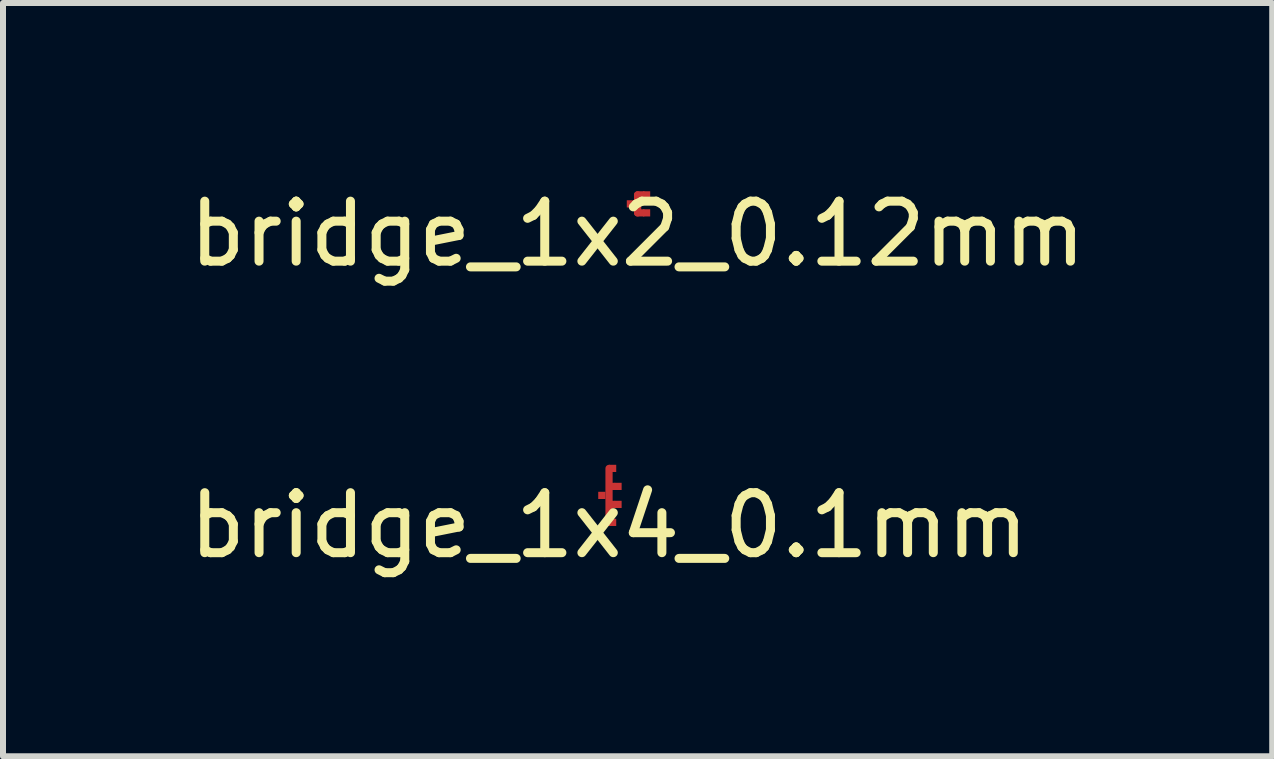
<source format=kicad_pcb>
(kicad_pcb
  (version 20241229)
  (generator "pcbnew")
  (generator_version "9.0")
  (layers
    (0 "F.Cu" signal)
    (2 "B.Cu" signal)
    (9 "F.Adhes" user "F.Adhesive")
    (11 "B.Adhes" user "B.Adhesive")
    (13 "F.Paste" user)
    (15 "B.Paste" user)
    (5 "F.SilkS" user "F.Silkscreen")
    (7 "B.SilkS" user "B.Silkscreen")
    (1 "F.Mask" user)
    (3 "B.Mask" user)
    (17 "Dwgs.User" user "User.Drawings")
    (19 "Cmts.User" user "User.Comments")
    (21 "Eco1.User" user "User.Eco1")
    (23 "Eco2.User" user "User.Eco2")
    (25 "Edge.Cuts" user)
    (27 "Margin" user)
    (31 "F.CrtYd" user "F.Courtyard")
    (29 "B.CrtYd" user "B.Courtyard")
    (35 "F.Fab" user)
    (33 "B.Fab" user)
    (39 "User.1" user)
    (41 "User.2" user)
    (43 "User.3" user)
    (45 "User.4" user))
  (footprint "bridge_1x4_0.1mm"
    (layer "F.Cu")
    (at 7.101 5.207)
    (property "Reference" "bridge_1x4_0.1mm" (at 0 0.5 0) (layer "F.SilkS") (effects (font (size 1 1) (thickness 0.15))))
    (attr through_hole)
    (fp_line (start 0 -0.45) (end 0 0.45) (stroke (width 0.12) (type solid)) (layer "F.Cu"))
    (fp_line (start 0.09 -0.15) (end 0.06 -0.15) (stroke (width 0.12) (type solid)) (layer "F.Cu"))
    (fp_line (start 0.09 0.15) (end 0.06 0.15) (stroke (width 0.12) (type solid)) (layer "F.Cu"))
    (pad "1" smd rect (at -0.12 0) (size 0.12 0.12) (layers "F.Cu"))
    (pad "2" smd rect (at 0.06 -0.45) (size 0.12 0.12) (layers "F.Cu"))
    (pad "3" smd rect (at 0.15 -0.15) (size 0.12 0.12) (layers "F.Cu"))
    (pad "4" smd rect (at 0.15 0.15) (size 0.12 0.12) (layers "F.Cu"))
    (pad "5" smd rect (at 0.06 0.45) (size 0.12 0.12) (layers "F.Cu")))
  (footprint "bridge_1x2_0.12mm"
    (layer "F.Cu")
    (at 7.577 0.348)
    (property "Reference" "bridge_1x2_0.12mm" (at 0 0.5 0) (layer "F.SilkS") (effects (font (size 1 1) (thickness 0.15))))
    (attr through_hole)
    (fp_line (start 0 -0.15) (end 0 0.15) (stroke (width 0.12) (type solid)) (layer "F.Cu"))
    (fp_line (start 0.09 -0.15) (end 0 -0.15) (stroke (width 0.12) (type solid)) (layer "F.Cu"))
    (fp_line (start 0.09 0.15) (end 0 0.15) (stroke (width 0.12) (type solid)) (layer "F.Cu"))
    (pad "1" smd rect (at 0.15 -0.15) (size 0.12 0.12) (layers "F.Cu"))
    (pad "2" smd rect (at 0.15 0.15) (size 0.12 0.12) (layers "F.Cu"))
    (pad "3" smd rect (at -0.12 0) (size 0.12 0.12) (layers "F.Cu")))
  (gr_rect
    (start -3 -3)
    (end 18.155 9.555)
    (stroke (width 0.1) (type default))
    (fill no)
    (layer "Edge.Cuts")))
</source>
